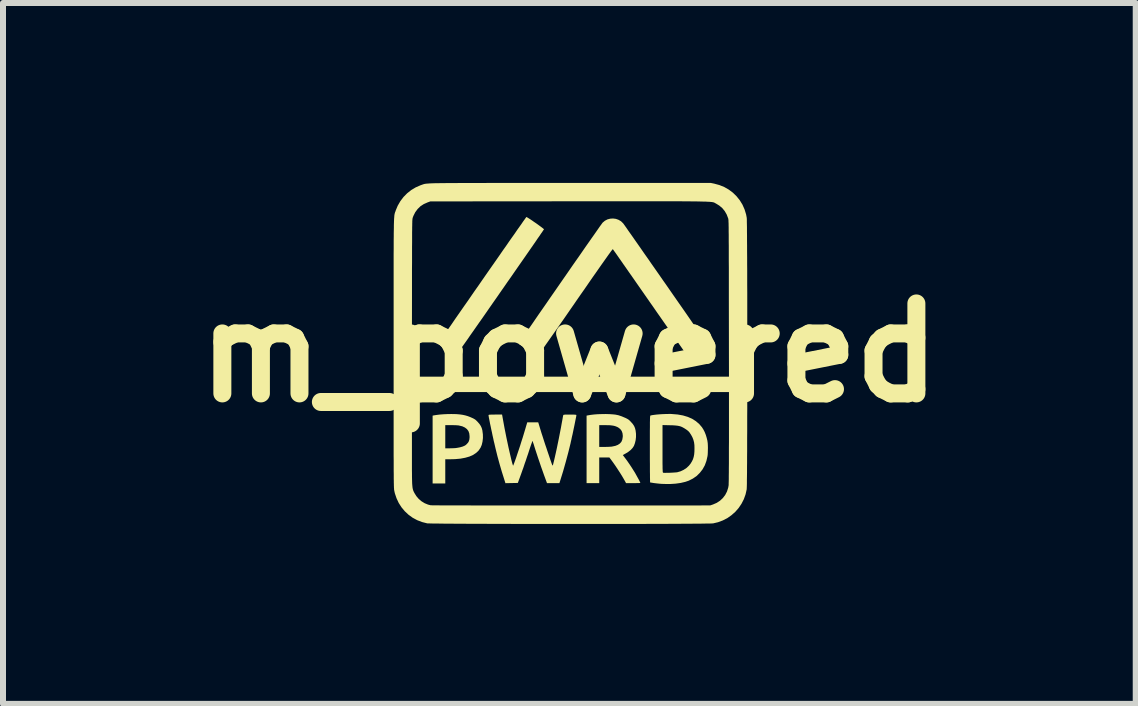
<source format=kicad_pcb>
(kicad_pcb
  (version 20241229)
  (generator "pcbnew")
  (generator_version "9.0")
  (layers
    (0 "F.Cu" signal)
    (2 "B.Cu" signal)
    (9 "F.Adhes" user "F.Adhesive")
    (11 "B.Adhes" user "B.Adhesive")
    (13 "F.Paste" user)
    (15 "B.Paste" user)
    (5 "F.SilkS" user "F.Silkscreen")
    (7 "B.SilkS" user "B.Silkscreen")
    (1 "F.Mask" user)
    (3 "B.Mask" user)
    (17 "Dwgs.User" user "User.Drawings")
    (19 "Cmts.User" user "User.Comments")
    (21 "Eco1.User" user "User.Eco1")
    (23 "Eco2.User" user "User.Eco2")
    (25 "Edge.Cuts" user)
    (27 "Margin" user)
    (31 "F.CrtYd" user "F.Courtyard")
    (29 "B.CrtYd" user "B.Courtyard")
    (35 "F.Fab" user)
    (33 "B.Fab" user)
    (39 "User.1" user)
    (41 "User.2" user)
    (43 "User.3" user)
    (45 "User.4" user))
  (footprint "m_powered"
    (layer "F.Cu")
    (at 6.443 2.831)
    (property "Reference" "m_powered" (at 0 0 0) (layer "F.SilkS") (effects (font (size 1.5 1.5) (thickness 0.3))))
    (attr board_only exclude_from_pos_files exclude_from_bom)
    (fp_poly (pts (xy -1.907 1.023) (xy -1.878 1.024) (xy -1.823 1.029) (xy -1.776 1.036) (xy -1.735 1.045) (xy -1.694 1.057) (xy -1.652 1.073) (xy -1.632 1.082) (xy -1.603 1.095) (xy -1.582 1.107) (xy -1.564 1.119) (xy -1.547 1.135) (xy -1.53 1.152) (xy -1.499 1.188) (xy -1.477 1.221) (xy -1.461 1.256) (xy -1.45 1.297) (xy -1.45 1.3) (xy -1.442 1.361) (xy -1.441 1.422) (xy -1.448 1.482) (xy -1.461 1.537) (xy -1.481 1.584) (xy -1.482 1.585) (xy -1.513 1.631) (xy -1.554 1.67) (xy -1.605 1.704) (xy -1.666 1.731) (xy -1.736 1.751) (xy -1.816 1.766) (xy -1.905 1.774) (xy -1.979 1.776) (xy -2.069 1.776) (xy -2.069 1.978) (xy -2.069 2.18) (xy -2.174 2.18) (xy -2.28 2.18) (xy -2.28 1.615) (xy -2.28 1.401) (xy -2.069 1.401) (xy -2.069 1.594) (xy -2.003 1.594) (xy -1.969 1.593) (xy -1.933 1.592) (xy -1.9 1.59) (xy -1.885 1.588) (xy -1.854 1.583) (xy -1.819 1.576) (xy -1.788 1.567) (xy -1.786 1.567) (xy -1.759 1.556) (xy -1.738 1.546) (xy -1.719 1.531) (xy -1.709 1.521) (xy -1.689 1.499) (xy -1.676 1.476) (xy -1.668 1.449) (xy -1.664 1.416) (xy -1.664 1.391) (xy -1.669 1.345) (xy -1.683 1.306) (xy -1.708 1.273) (xy -1.742 1.247) (xy -1.785 1.227) (xy -1.839 1.214) (xy -1.841 1.213) (xy -1.86 1.211) (xy -1.888 1.209) (xy -1.921 1.208) (xy -1.957 1.207) (xy -1.974 1.207) (xy -2.069 1.207) (xy -2.069 1.401) (xy -2.28 1.401) (xy -2.28 1.049) (xy -2.267 1.046) (xy -2.218 1.038) (xy -2.162 1.031) (xy -2.099 1.026) (xy -2.034 1.023) (xy -1.969 1.022)) (stroke (width 0) (type solid)) (fill yes) (layer "F.SilkS"))
    (fp_poly (pts (xy -0.711 -2.261) (xy -0.697 -2.253) (xy -0.676 -2.24) (xy -0.651 -2.224) (xy -0.621 -2.204) (xy -0.59 -2.182) (xy -0.557 -2.16) (xy -0.525 -2.137) (xy -0.495 -2.115) (xy -0.469 -2.096) (xy -0.447 -2.079) (xy -0.432 -2.067) (xy -0.424 -2.059) (xy -0.423 -2.058) (xy -0.427 -2.052) (xy -0.437 -2.038) (xy -0.452 -2.015) (xy -0.474 -1.984) (xy -0.5 -1.945) (xy -0.532 -1.9) (xy -0.567 -1.848) (xy -0.607 -1.79) (xy -0.651 -1.727) (xy -0.698 -1.659) (xy -0.748 -1.587) (xy -0.801 -1.511) (xy -0.856 -1.432) (xy -0.913 -1.35) (xy -0.971 -1.266) (xy -1.031 -1.181) (xy -1.091 -1.094) (xy -1.152 -1.007) (xy -1.212 -0.92) (xy -1.273 -0.833) (xy -1.333 -0.747) (xy -1.391 -0.663) (xy -1.448 -0.581) (xy -1.504 -0.502) (xy -1.557 -0.426) (xy -1.608 -0.353) (xy -1.656 -0.285) (xy -1.7 -0.221) (xy -1.741 -0.163) (xy -1.778 -0.111) (xy -1.81 -0.064) (xy -1.838 -0.025) (xy -1.86 0.007) (xy -1.877 0.03) (xy -1.888 0.046) (xy -1.893 0.052) (xy -1.893 0.052) (xy -1.898 0.049) (xy -1.912 0.04) (xy -1.933 0.026) (xy -1.96 0.008) (xy -1.992 -0.014) (xy -2.027 -0.038) (xy -2.04 -0.047) (xy -2.076 -0.073) (xy -2.109 -0.096) (xy -2.137 -0.117) (xy -2.16 -0.134) (xy -2.176 -0.146) (xy -2.184 -0.153) (xy -2.184 -0.154) (xy -2.181 -0.159) (xy -2.172 -0.174) (xy -2.156 -0.196) (xy -2.135 -0.227) (xy -2.109 -0.266) (xy -2.078 -0.311) (xy -2.042 -0.362) (xy -2.002 -0.42) (xy -1.958 -0.483) (xy -1.912 -0.551) (xy -1.862 -0.623) (xy -1.809 -0.699) (xy -1.754 -0.778) (xy -1.697 -0.859) (xy -1.639 -0.943) (xy -1.58 -1.029) (xy -1.519 -1.115) (xy -1.459 -1.202) (xy -1.398 -1.29) (xy -1.338 -1.376) (xy -1.278 -1.462) (xy -1.219 -1.546) (xy -1.162 -1.628) (xy -1.107 -1.708) (xy -1.053 -1.784) (xy -1.003 -1.857) (xy -0.955 -1.925) (xy -0.91 -1.988) (xy -0.87 -2.047) (xy -0.833 -2.099) (xy -0.8 -2.145) (xy -0.773 -2.185) (xy -0.75 -2.217) (xy -0.733 -2.241) (xy -0.722 -2.256) (xy -0.717 -2.263) (xy -0.717 -2.263)) (stroke (width 0) (type solid)) (fill yes) (layer "F.SilkS"))
    (fp_poly (pts (xy 0.673 1.024) (xy 0.731 1.028) (xy 0.768 1.032) (xy 0.817 1.042) (xy 0.871 1.06) (xy 0.93 1.085) (xy 0.935 1.087) (xy 0.963 1.101) (xy 0.986 1.115) (xy 1.006 1.132) (xy 1.027 1.154) (xy 1.057 1.188) (xy 1.079 1.221) (xy 1.094 1.256) (xy 1.104 1.295) (xy 1.11 1.342) (xy 1.111 1.357) (xy 1.111 1.406) (xy 1.105 1.458) (xy 1.093 1.508) (xy 1.077 1.552) (xy 1.076 1.554) (xy 1.054 1.588) (xy 1.022 1.622) (xy 0.981 1.654) (xy 0.942 1.678) (xy 0.891 1.706) (xy 0.929 1.756) (xy 0.962 1.8) (xy 0.997 1.851) (xy 1.034 1.906) (xy 1.068 1.96) (xy 1.082 1.982) (xy 1.096 2.005) (xy 1.111 2.032) (xy 1.127 2.061) (xy 1.143 2.09) (xy 1.158 2.117) (xy 1.17 2.141) (xy 1.179 2.159) (xy 1.183 2.169) (xy 1.184 2.17) (xy 1.178 2.172) (xy 1.163 2.173) (xy 1.139 2.173) (xy 1.109 2.174) (xy 1.074 2.174) (xy 1.065 2.174) (xy 0.945 2.174) (xy 0.929 2.144) (xy 0.904 2.1) (xy 0.874 2.049) (xy 0.84 1.995) (xy 0.804 1.94) (xy 0.769 1.887) (xy 0.734 1.837) (xy 0.708 1.801) (xy 0.667 1.746) (xy 0.582 1.746) (xy 0.498 1.746) (xy 0.498 1.96) (xy 0.498 2.174) (xy 0.393 2.174) (xy 0.287 2.174) (xy 0.287 1.612) (xy 0.287 1.389) (xy 0.498 1.389) (xy 0.498 1.571) (xy 0.583 1.571) (xy 0.618 1.57) (xy 0.653 1.569) (xy 0.685 1.567) (xy 0.71 1.565) (xy 0.713 1.564) (xy 0.766 1.553) (xy 0.809 1.536) (xy 0.843 1.513) (xy 0.868 1.484) (xy 0.883 1.447) (xy 0.89 1.403) (xy 0.891 1.386) (xy 0.886 1.342) (xy 0.872 1.304) (xy 0.848 1.272) (xy 0.814 1.246) (xy 0.794 1.236) (xy 0.769 1.226) (xy 0.742 1.218) (xy 0.711 1.213) (xy 0.674 1.209) (xy 0.629 1.208) (xy 0.59 1.207) (xy 0.498 1.207) (xy 0.498 1.389) (xy 0.287 1.389) (xy 0.287 1.049) (xy 0.3 1.046) (xy 0.351 1.037) (xy 0.409 1.03) (xy 0.474 1.025) (xy 0.541 1.023) (xy 0.608 1.022)) (stroke (width 0) (type solid)) (fill yes) (layer "F.SilkS"))
    (fp_poly (pts (xy 1.696 1.021) (xy 1.71 1.022) (xy 1.807 1.03) (xy 1.895 1.046) (xy 1.975 1.07) (xy 2.046 1.101) (xy 2.109 1.141) (xy 2.164 1.188) (xy 2.211 1.243) (xy 2.236 1.283) (xy 2.256 1.322) (xy 2.275 1.37) (xy 2.29 1.42) (xy 2.302 1.47) (xy 2.303 1.48) (xy 2.307 1.508) (xy 2.309 1.545) (xy 2.31 1.586) (xy 2.309 1.628) (xy 2.308 1.669) (xy 2.306 1.703) (xy 2.303 1.725) (xy 2.285 1.804) (xy 2.258 1.878) (xy 2.221 1.944) (xy 2.175 2.003) (xy 2.122 2.055) (xy 2.06 2.098) (xy 1.991 2.133) (xy 1.933 2.153) (xy 1.856 2.171) (xy 1.771 2.183) (xy 1.678 2.189) (xy 1.58 2.188) (xy 1.532 2.186) (xy 1.497 2.183) (xy 1.46 2.179) (xy 1.426 2.175) (xy 1.403 2.172) (xy 1.379 2.168) (xy 1.36 2.165) (xy 1.349 2.163) (xy 1.346 2.163) (xy 1.346 2.157) (xy 1.345 2.14) (xy 1.345 2.113) (xy 1.344 2.077) (xy 1.344 2.033) (xy 1.343 1.981) (xy 1.343 1.921) (xy 1.343 1.856) (xy 1.342 1.786) (xy 1.342 1.711) (xy 1.342 1.632) (xy 1.342 1.606) (xy 1.342 1.602) (xy 1.553 1.602) (xy 1.553 1.68) (xy 1.553 1.747) (xy 1.553 1.804) (xy 1.553 1.851) (xy 1.554 1.891) (xy 1.554 1.922) (xy 1.555 1.947) (xy 1.556 1.966) (xy 1.556 1.98) (xy 1.558 1.989) (xy 1.559 1.995) (xy 1.561 1.999) (xy 1.563 2) (xy 1.563 2.001) (xy 1.574 2.002) (xy 1.595 2.003) (xy 1.622 2.002) (xy 1.654 2.002) (xy 1.688 2.001) (xy 1.722 1.999) (xy 1.753 1.997) (xy 1.78 1.995) (xy 1.799 1.993) (xy 1.802 1.992) (xy 1.854 1.977) (xy 1.905 1.953) (xy 1.952 1.922) (xy 1.992 1.885) (xy 2.019 1.852) (xy 2.043 1.813) (xy 2.061 1.776) (xy 2.073 1.737) (xy 2.081 1.695) (xy 2.085 1.647) (xy 2.086 1.597) (xy 2.085 1.541) (xy 2.079 1.494) (xy 2.068 1.452) (xy 2.052 1.411) (xy 2.03 1.37) (xy 2.017 1.35) (xy 2 1.325) (xy 1.982 1.306) (xy 1.961 1.289) (xy 1.945 1.278) (xy 1.914 1.258) (xy 1.887 1.243) (xy 1.861 1.231) (xy 1.834 1.223) (xy 1.803 1.217) (xy 1.767 1.213) (xy 1.724 1.21) (xy 1.675 1.209) (xy 1.553 1.206) (xy 1.553 1.602) (xy 1.342 1.602) (xy 1.342 1.513) (xy 1.342 1.431) (xy 1.342 1.359) (xy 1.342 1.296) (xy 1.343 1.243) (xy 1.343 1.198) (xy 1.343 1.16) (xy 1.344 1.129) (xy 1.344 1.105) (xy 1.345 1.086) (xy 1.346 1.071) (xy 1.347 1.061) (xy 1.348 1.054) (xy 1.349 1.05) (xy 1.351 1.048) (xy 1.352 1.047) (xy 1.378 1.041) (xy 1.413 1.036) (xy 1.455 1.031) (xy 1.502 1.027) (xy 1.552 1.024) (xy 1.603 1.022) (xy 1.651 1.021)) (stroke (width 0) (type solid)) (fill yes) (layer "F.SilkS"))
    (fp_poly (pts (xy -1.108 1.109) (xy -1.081 1.257) (xy -1.05 1.413) (xy -1.015 1.578) (xy -1.008 1.609) (xy -0.992 1.679) (xy -0.978 1.738) (xy -0.967 1.786) (xy -0.957 1.824) (xy -0.949 1.853) (xy -0.943 1.871) (xy -0.939 1.881) (xy -0.936 1.882) (xy -0.936 1.881) (xy -0.922 1.845) (xy -0.905 1.799) (xy -0.886 1.745) (xy -0.866 1.684) (xy -0.844 1.619) (xy -0.821 1.55) (xy -0.799 1.479) (xy -0.776 1.408) (xy -0.755 1.338) (xy -0.735 1.272) (xy -0.717 1.21) (xy -0.712 1.194) (xy -0.702 1.16) (xy -0.611 1.16) (xy -0.519 1.161) (xy -0.484 1.276) (xy -0.475 1.305) (xy -0.464 1.342) (xy -0.45 1.384) (xy -0.435 1.431) (xy -0.419 1.481) (xy -0.402 1.533) (xy -0.384 1.585) (xy -0.367 1.637) (xy -0.35 1.687) (xy -0.334 1.734) (xy -0.32 1.776) (xy -0.307 1.813) (xy -0.297 1.842) (xy -0.289 1.863) (xy -0.285 1.874) (xy -0.284 1.875) (xy -0.281 1.88) (xy -0.278 1.88) (xy -0.275 1.874) (xy -0.271 1.862) (xy -0.266 1.841) (xy -0.258 1.81) (xy -0.256 1.802) (xy -0.242 1.741) (xy -0.226 1.67) (xy -0.209 1.592) (xy -0.192 1.509) (xy -0.174 1.422) (xy -0.157 1.334) (xy -0.14 1.247) (xy -0.125 1.163) (xy -0.114 1.105) (xy -0.11 1.08) (xy -0.106 1.059) (xy -0.103 1.045) (xy -0.102 1.042) (xy -0.1 1.038) (xy -0.095 1.035) (xy -0.086 1.034) (xy -0.072 1.032) (xy -0.049 1.032) (xy -0.018 1.032) (xy 0.009 1.031) (xy 0.048 1.032) (xy 0.077 1.032) (xy 0.097 1.033) (xy 0.109 1.035) (xy 0.116 1.037) (xy 0.117 1.04) (xy 0.116 1.049) (xy 0.113 1.068) (xy 0.107 1.096) (xy 0.1 1.131) (xy 0.092 1.171) (xy 0.083 1.216) (xy 0.073 1.263) (xy 0.063 1.312) (xy 0.053 1.36) (xy 0.042 1.406) (xy 0.033 1.45) (xy 0.024 1.488) (xy 0.021 1.505) (xy -0.018 1.663) (xy -0.06 1.82) (xy -0.105 1.979) (xy -0.156 2.143) (xy -0.16 2.155) (xy -0.166 2.174) (xy -0.27 2.174) (xy -0.373 2.174) (xy -0.422 2.041) (xy -0.446 1.973) (xy -0.472 1.9) (xy -0.497 1.826) (xy -0.522 1.753) (xy -0.545 1.683) (xy -0.566 1.619) (xy -0.584 1.562) (xy -0.586 1.555) (xy -0.595 1.525) (xy -0.604 1.501) (xy -0.61 1.482) (xy -0.614 1.472) (xy -0.615 1.471) (xy -0.618 1.476) (xy -0.623 1.492) (xy -0.632 1.516) (xy -0.643 1.547) (xy -0.656 1.585) (xy -0.67 1.628) (xy -0.685 1.675) (xy -0.687 1.681) (xy -0.706 1.736) (xy -0.725 1.794) (xy -0.746 1.853) (xy -0.765 1.911) (xy -0.784 1.963) (xy -0.8 2.009) (xy -0.808 2.031) (xy -0.859 2.171) (xy -0.963 2.173) (xy -1.066 2.175) (xy -1.086 2.111) (xy -1.127 1.981) (xy -1.164 1.854) (xy -1.199 1.726) (xy -1.232 1.592) (xy -1.251 1.51) (xy -1.261 1.47) (xy -1.27 1.426) (xy -1.281 1.378) (xy -1.291 1.328) (xy -1.302 1.279) (xy -1.312 1.23) (xy -1.322 1.184) (xy -1.33 1.142) (xy -1.337 1.105) (xy -1.343 1.076) (xy -1.346 1.055) (xy -1.348 1.043) (xy -1.348 1.042) (xy -1.347 1.039) (xy -1.344 1.036) (xy -1.338 1.034) (xy -1.326 1.033) (xy -1.307 1.032) (xy -1.279 1.032) (xy -1.242 1.031) (xy -1.235 1.031) (xy -1.122 1.031)) (stroke (width 0) (type solid)) (fill yes) (layer "F.SilkS"))
    (fp_poly (pts (xy 0.775 -2.232) (xy 0.82 -2.216) (xy 0.861 -2.192) (xy 0.896 -2.158) (xy 0.898 -2.155) (xy 0.904 -2.148) (xy 0.915 -2.132) (xy 0.933 -2.107) (xy 0.957 -2.073) (xy 0.985 -2.032) (xy 1.019 -1.984) (xy 1.058 -1.929) (xy 1.101 -1.867) (xy 1.148 -1.8) (xy 1.199 -1.727) (xy 1.253 -1.649) (xy 1.311 -1.567) (xy 1.371 -1.48) (xy 1.434 -1.39) (xy 1.499 -1.297) (xy 1.565 -1.202) (xy 1.606 -1.144) (xy 1.687 -1.027) (xy 1.762 -0.919) (xy 1.831 -0.82) (xy 1.894 -0.73) (xy 1.951 -0.648) (xy 2.002 -0.574) (xy 2.048 -0.507) (xy 2.09 -0.447) (xy 2.126 -0.394) (xy 2.158 -0.347) (xy 2.186 -0.306) (xy 2.21 -0.271) (xy 2.23 -0.241) (xy 2.246 -0.217) (xy 2.259 -0.196) (xy 2.27 -0.18) (xy 2.277 -0.168) (xy 2.282 -0.159) (xy 2.285 -0.153) (xy 2.285 -0.15) (xy 2.285 -0.149) (xy 2.278 -0.144) (xy 2.263 -0.133) (xy 2.241 -0.117) (xy 2.213 -0.098) (xy 2.18 -0.075) (xy 2.144 -0.049) (xy 2.128 -0.038) (xy 2.085 -0.008) (xy 2.051 0.015) (xy 2.024 0.033) (xy 2.004 0.045) (xy 1.989 0.054) (xy 1.98 0.058) (xy 1.974 0.059) (xy 1.972 0.058) (xy 1.968 0.052) (xy 1.957 0.037) (xy 1.941 0.014) (xy 1.919 -0.018) (xy 1.891 -0.057) (xy 1.859 -0.103) (xy 1.822 -0.156) (xy 1.78 -0.216) (xy 1.734 -0.281) (xy 1.685 -0.352) (xy 1.633 -0.427) (xy 1.577 -0.507) (xy 1.519 -0.59) (xy 1.458 -0.677) (xy 1.396 -0.767) (xy 1.348 -0.835) (xy 1.284 -0.927) (xy 1.222 -1.016) (xy 1.162 -1.102) (xy 1.105 -1.184) (xy 1.05 -1.263) (xy 0.998 -1.337) (xy 0.95 -1.406) (xy 0.905 -1.47) (xy 0.865 -1.528) (xy 0.829 -1.579) (xy 0.798 -1.624) (xy 0.772 -1.661) (xy 0.751 -1.69) (xy 0.736 -1.711) (xy 0.727 -1.724) (xy 0.725 -1.727) (xy 0.722 -1.725) (xy 0.717 -1.719) (xy 0.708 -1.708) (xy 0.695 -1.692) (xy 0.679 -1.669) (xy 0.658 -1.641) (xy 0.634 -1.607) (xy 0.605 -1.566) (xy 0.571 -1.518) (xy 0.532 -1.463) (xy 0.488 -1.4) (xy 0.439 -1.33) (xy 0.384 -1.252) (xy 0.324 -1.165) (xy 0.258 -1.069) (xy 0.185 -0.965) (xy 0.106 -0.851) (xy 0.096 -0.836) (xy 0.032 -0.744) (xy -0.03 -0.654) (xy -0.09 -0.567) (xy -0.148 -0.484) (xy -0.203 -0.405) (xy -0.255 -0.331) (xy -0.304 -0.261) (xy -0.349 -0.197) (xy -0.39 -0.139) (xy -0.426 -0.087) (xy -0.458 -0.042) (xy -0.485 -0.005) (xy -0.506 0.025) (xy -0.521 0.047) (xy -0.531 0.059) (xy -0.534 0.063) (xy -0.541 0.06) (xy -0.556 0.051) (xy -0.578 0.037) (xy -0.606 0.018) (xy -0.638 -0.004) (xy -0.674 -0.028) (xy -0.689 -0.039) (xy -0.725 -0.064) (xy -0.759 -0.088) (xy -0.789 -0.109) (xy -0.814 -0.126) (xy -0.831 -0.138) (xy -0.841 -0.145) (xy -0.843 -0.146) (xy -0.842 -0.149) (xy -0.837 -0.159) (xy -0.827 -0.174) (xy -0.813 -0.196) (xy -0.794 -0.225) (xy -0.77 -0.26) (xy -0.742 -0.303) (xy -0.708 -0.352) (xy -0.669 -0.41) (xy -0.624 -0.475) (xy -0.574 -0.548) (xy -0.518 -0.63) (xy -0.456 -0.719) (xy -0.387 -0.818) (xy -0.313 -0.926) (xy -0.232 -1.042) (xy -0.158 -1.149) (xy -0.09 -1.247) (xy -0.024 -1.342) (xy 0.04 -1.435) (xy 0.102 -1.524) (xy 0.162 -1.609) (xy 0.218 -1.69) (xy 0.271 -1.767) (xy 0.321 -1.838) (xy 0.367 -1.904) (xy 0.409 -1.963) (xy 0.446 -2.016) (xy 0.478 -2.062) (xy 0.505 -2.101) (xy 0.527 -2.131) (xy 0.543 -2.153) (xy 0.553 -2.167) (xy 0.556 -2.17) (xy 0.593 -2.201) (xy 0.635 -2.223) (xy 0.681 -2.235) (xy 0.728 -2.238)) (stroke (width 0) (type solid)) (fill yes) (layer "F.SilkS"))
    (fp_poly (pts (xy -0.601 -2.831) (xy -0.428 -2.831) (xy -0.243 -2.831) (xy -0.048 -2.831) (xy 0.019 -2.831) (xy 2.357 -2.831) (xy 2.416 -2.819) (xy 2.503 -2.795) (xy 2.584 -2.762) (xy 2.659 -2.719) (xy 2.727 -2.668) (xy 2.788 -2.608) (xy 2.841 -2.542) (xy 2.886 -2.469) (xy 2.921 -2.39) (xy 2.947 -2.305) (xy 2.957 -2.251) (xy 2.958 -2.239) (xy 2.959 -2.217) (xy 2.959 -2.184) (xy 2.96 -2.14) (xy 2.961 -2.087) (xy 2.961 -2.025) (xy 2.962 -1.954) (xy 2.962 -1.874) (xy 2.963 -1.788) (xy 2.963 -1.693) (xy 2.964 -1.592) (xy 2.964 -1.485) (xy 2.965 -1.373) (xy 2.965 -1.255) (xy 2.965 -1.132) (xy 2.966 -1.005) (xy 2.966 -0.874) (xy 2.966 -0.741) (xy 2.966 -0.604) (xy 2.966 -0.465) (xy 2.966 -0.325) (xy 2.966 -0.183) (xy 2.967 -0.041) (xy 2.967 0.101) (xy 2.966 0.243) (xy 2.966 0.385) (xy 2.966 0.525) (xy 2.966 0.663) (xy 2.966 0.799) (xy 2.966 0.932) (xy 2.965 1.062) (xy 2.965 1.187) (xy 2.965 1.309) (xy 2.964 1.426) (xy 2.964 1.537) (xy 2.964 1.643) (xy 2.963 1.742) (xy 2.963 1.835) (xy 2.962 1.92) (xy 2.962 1.997) (xy 2.961 2.066) (xy 2.96 2.126) (xy 2.96 2.177) (xy 2.959 2.218) (xy 2.958 2.248) (xy 2.957 2.268) (xy 2.957 2.276) (xy 2.938 2.361) (xy 2.909 2.442) (xy 2.87 2.518) (xy 2.823 2.588) (xy 2.767 2.652) (xy 2.704 2.708) (xy 2.635 2.757) (xy 2.559 2.796) (xy 2.479 2.826) (xy 2.394 2.846) (xy 2.384 2.846) (xy 2.362 2.847) (xy 2.329 2.848) (xy 2.286 2.848) (xy 2.234 2.849) (xy 2.172 2.85) (xy 2.101 2.85) (xy 2.022 2.851) (xy 1.935 2.851) (xy 1.841 2.852) (xy 1.74 2.852) (xy 1.633 2.853) (xy 1.52 2.853) (xy 1.401 2.853) (xy 1.278 2.854) (xy 1.15 2.854) (xy 1.018 2.854) (xy 0.883 2.854) (xy 0.744 2.854) (xy 0.604 2.855) (xy 0.461 2.855) (xy 0.317 2.855) (xy 0.172 2.855) (xy 0.026 2.855) (xy -0.12 2.855) (xy -0.265 2.855) (xy -0.41 2.854) (xy -0.553 2.854) (xy -0.694 2.854) (xy -0.833 2.854) (xy -0.968 2.854) (xy -1.101 2.853) (xy -1.23 2.853) (xy -1.354 2.853) (xy -1.473 2.852) (xy -1.588 2.852) (xy -1.696 2.852) (xy -1.798 2.851) (xy -1.894 2.851) (xy -1.982 2.85) (xy -2.062 2.85) (xy -2.135 2.849) (xy -2.198 2.848) (xy -2.253 2.848) (xy -2.297 2.847) (xy -2.332 2.846) (xy -2.356 2.846) (xy -2.369 2.845) (xy -2.37 2.845) (xy -2.456 2.823) (xy -2.537 2.792) (xy -2.613 2.751) (xy -2.682 2.701) (xy -2.744 2.643) (xy -2.799 2.577) (xy -2.845 2.505) (xy -2.882 2.426) (xy -2.91 2.343) (xy -2.919 2.302) (xy -2.92 2.296) (xy -2.921 2.291) (xy -2.922 2.285) (xy -2.923 2.277) (xy -2.923 2.268) (xy -2.924 2.258) (xy -2.925 2.245) (xy -2.925 2.23) (xy -2.926 2.212) (xy -2.926 2.19) (xy -2.927 2.165) (xy -2.927 2.136) (xy -2.928 2.103) (xy -2.928 2.066) (xy -2.928 2.023) (xy -2.929 1.975) (xy -2.929 1.921) (xy -2.929 1.861) (xy -2.929 1.794) (xy -2.93 1.721) (xy -2.93 1.641) (xy -2.93 1.553) (xy -2.93 1.458) (xy -2.93 1.354) (xy -2.93 1.241) (xy -2.93 1.12) (xy -2.93 0.99) (xy -2.93 0.849) (xy -2.93 0.699) (xy -2.93 0.656) (xy -2.626 0.656) (xy -2.625 1.431) (xy -2.625 1.546) (xy -2.625 1.649) (xy -2.625 1.742) (xy -2.625 1.825) (xy -2.625 1.898) (xy -2.625 1.963) (xy -2.624 2.021) (xy -2.624 2.07) (xy -2.623 2.113) (xy -2.622 2.15) (xy -2.621 2.182) (xy -2.619 2.208) (xy -2.617 2.23) (xy -2.615 2.249) (xy -2.612 2.265) (xy -2.609 2.278) (xy -2.606 2.289) (xy -2.602 2.3) (xy -2.598 2.31) (xy -2.593 2.32) (xy -2.588 2.33) (xy -2.584 2.338) (xy -2.552 2.39) (xy -2.512 2.437) (xy -2.465 2.477) (xy -2.413 2.509) (xy -2.357 2.532) (xy -2.314 2.543) (xy -2.306 2.543) (xy -2.286 2.544) (xy -2.256 2.544) (xy -2.214 2.544) (xy -2.162 2.545) (xy -2.1 2.545) (xy -2.029 2.545) (xy -1.948 2.546) (xy -1.858 2.546) (xy -1.759 2.546) (xy -1.652 2.546) (xy -1.537 2.547) (xy -1.414 2.547) (xy -1.284 2.547) (xy -1.147 2.547) (xy -1.003 2.547) (xy -0.852 2.547) (xy -0.696 2.547) (xy -0.534 2.547) (xy -0.366 2.547) (xy -0.193 2.547) (xy -0.016 2.547) (xy 0.032 2.547) (xy 2.347 2.546) (xy 2.395 2.53) (xy 2.457 2.503) (xy 2.512 2.467) (xy 2.559 2.423) (xy 2.598 2.372) (xy 2.628 2.314) (xy 2.648 2.251) (xy 2.655 2.213) (xy 2.656 2.202) (xy 2.656 2.18) (xy 2.657 2.147) (xy 2.658 2.104) (xy 2.658 2.052) (xy 2.659 1.992) (xy 2.659 1.924) (xy 2.66 1.849) (xy 2.66 1.768) (xy 2.66 1.681) (xy 2.66 1.588) (xy 2.661 1.491) (xy 2.661 1.414) (xy 2.661 0.656) (xy 0.018 0.656) (xy -2.626 0.656) (xy -2.93 0.656) (xy -2.93 0.539) (xy -2.93 0.399) (xy -2.626 0.399) (xy 0.018 0.399) (xy 2.661 0.399) (xy 2.659 -0.904) (xy 2.659 -1.05) (xy 2.659 -1.185) (xy 2.659 -1.308) (xy 2.659 -1.422) (xy 2.658 -1.526) (xy 2.658 -1.62) (xy 2.658 -1.705) (xy 2.658 -1.782) (xy 2.657 -1.851) (xy 2.657 -1.913) (xy 2.657 -1.967) (xy 2.656 -2.014) (xy 2.656 -2.056) (xy 2.656 -2.092) (xy 2.655 -2.122) (xy 2.655 -2.148) (xy 2.654 -2.17) (xy 2.653 -2.188) (xy 2.653 -2.202) (xy 2.652 -2.214) (xy 2.651 -2.223) (xy 2.65 -2.23) (xy 2.649 -2.236) (xy 2.648 -2.24) (xy 2.647 -2.242) (xy 2.623 -2.305) (xy 2.59 -2.362) (xy 2.549 -2.412) (xy 2.5 -2.453) (xy 2.45 -2.484) (xy 2.443 -2.488) (xy 2.437 -2.491) (xy 2.432 -2.494) (xy 2.427 -2.497) (xy 2.422 -2.5) (xy 2.417 -2.502) (xy 2.411 -2.505) (xy 2.404 -2.507) (xy 2.395 -2.509) (xy 2.385 -2.511) (xy 2.373 -2.513) (xy 2.358 -2.514) (xy 2.34 -2.516) (xy 2.319 -2.517) (xy 2.295 -2.518) (xy 2.267 -2.52) (xy 2.234 -2.52) (xy 2.197 -2.521) (xy 2.156 -2.522) (xy 2.109 -2.523) (xy 2.056 -2.523) (xy 1.998 -2.524) (xy 1.933 -2.524) (xy 1.862 -2.525) (xy 1.784 -2.525) (xy 1.698 -2.525) (xy 1.605 -2.525) (xy 1.504 -2.525) (xy 1.395 -2.525) (xy 1.277 -2.525) (xy 1.15 -2.525) (xy 1.013 -2.525) (xy 0.867 -2.525) (xy 0.711 -2.525) (xy 0.545 -2.525) (xy 0.367 -2.525) (xy 0.179 -2.525) (xy -0.001 -2.525) (xy -2.318 -2.523) (xy -2.365 -2.506) (xy -2.428 -2.478) (xy -2.483 -2.442) (xy -2.53 -2.396) (xy -2.57 -2.342) (xy -2.601 -2.28) (xy -2.612 -2.25) (xy -2.613 -2.247) (xy -2.614 -2.242) (xy -2.615 -2.236) (xy -2.616 -2.229) (xy -2.617 -2.219) (xy -2.618 -2.207) (xy -2.619 -2.191) (xy -2.619 -2.173) (xy -2.62 -2.15) (xy -2.62 -2.123) (xy -2.621 -2.091) (xy -2.621 -2.053) (xy -2.622 -2.01) (xy -2.622 -1.961) (xy -2.622 -1.905) (xy -2.622 -1.841) (xy -2.623 -1.77) (xy -2.623 -1.691) (xy -2.623 -1.603) (xy -2.623 -1.506) (xy -2.624 -1.4) (xy -2.624 -1.283) (xy -2.624 -1.156) (xy -2.624 -1.018) (xy -2.624 -0.91) (xy -2.626 0.399) (xy -2.93 0.399) (xy -2.93 0.368) (xy -2.93 0.185) (xy -2.93 0.012) (xy -2.93 -0.182) (xy -2.93 -0.365) (xy -2.93 -0.538) (xy -2.93 -0.699) (xy -2.93 -0.85) (xy -2.93 -0.992) (xy -2.93 -1.123) (xy -2.93 -1.246) (xy -2.93 -1.359) (xy -2.93 -1.465) (xy -2.93 -1.561) (xy -2.93 -1.65) (xy -2.929 -1.732) (xy -2.929 -1.806) (xy -2.929 -1.874) (xy -2.928 -1.936) (xy -2.928 -1.991) (xy -2.927 -2.04) (xy -2.926 -2.085) (xy -2.926 -2.124) (xy -2.925 -2.159) (xy -2.924 -2.189) (xy -2.923 -2.215) (xy -2.922 -2.238) (xy -2.92 -2.258) (xy -2.919 -2.275) (xy -2.918 -2.289) (xy -2.916 -2.301) (xy -2.914 -2.312) (xy -2.912 -2.321) (xy -2.91 -2.328) (xy -2.908 -2.336) (xy -2.906 -2.342) (xy -2.903 -2.349) (xy -2.9 -2.356) (xy -2.897 -2.364) (xy -2.896 -2.37) (xy -2.862 -2.451) (xy -2.818 -2.527) (xy -2.766 -2.596) (xy -2.705 -2.658) (xy -2.637 -2.712) (xy -2.562 -2.757) (xy -2.482 -2.792) (xy -2.465 -2.798) (xy -2.457 -2.801) (xy -2.45 -2.803) (xy -2.443 -2.806) (xy -2.437 -2.808) (xy -2.43 -2.81) (xy -2.423 -2.812) (xy -2.415 -2.814) (xy -2.406 -2.816) (xy -2.395 -2.817) (xy -2.382 -2.819) (xy -2.367 -2.82) (xy -2.349 -2.821) (xy -2.329 -2.823) (xy -2.305 -2.824) (xy -2.277 -2.825) (xy -2.246 -2.826) (xy -2.21 -2.826) (xy -2.17 -2.827) (xy -2.124 -2.828) (xy -2.073 -2.828) (xy -2.016 -2.829) (xy -1.953 -2.829) (xy -1.884 -2.829) (xy -1.808 -2.83) (xy -1.725 -2.83) (xy -1.635 -2.83) (xy -1.536 -2.83) (xy -1.43 -2.83) (xy -1.315 -2.831) (xy -1.191 -2.831) (xy -1.058 -2.831) (xy -0.916 -2.831) (xy -0.763 -2.831)) (stroke (width 0) (type solid)) (fill yes) (layer "F.SilkS")))
  (gr_rect
    (start -3 -3)
    (end 15.886 8.685)
    (stroke (width 0.1) (type default))
    (fill no)
    (layer "Edge.Cuts")))
</source>
